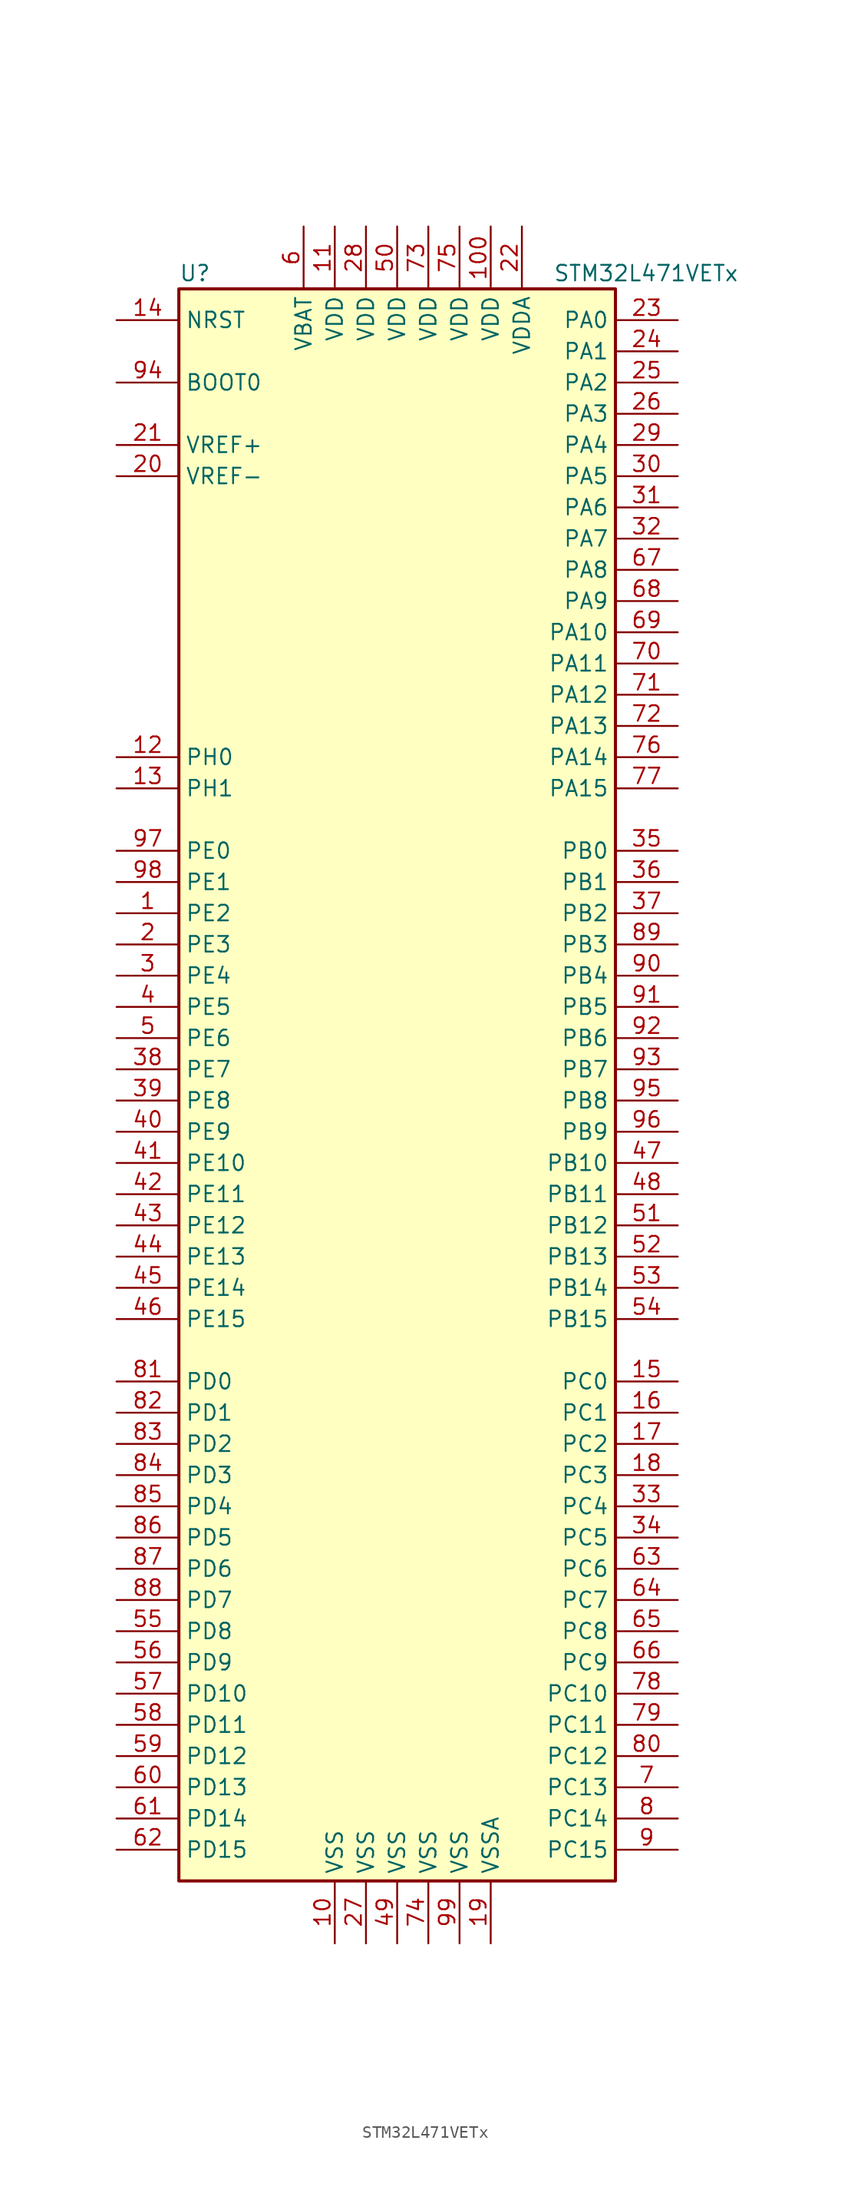
<source format=kicad_sym>
(kicad_symbol_lib
  (version 20220914)
  (generator kicad_symbol_editor)
  (symbol "STM32L471VETx"
    (property "Reference" "U"
      (at -17.78 64.77 0)
      (effects (font (size 1.27 1.27)) (justify left)))
    (property "Value" "STM32L471VETx"
      (at 12.7 64.77 0)
      (effects (font (size 1.27 1.27)) (justify left)))
    (symbol "STM32L471VETx_0_1"
      (rectangle (start -17.78 -66.04) (end 17.78 63.5) (stroke (width 0.254) (type default)) (fill (type background))))
    (symbol "STM32L471VETx_1_1"
      (pin bidirectional line (at -22.86 12.7 0) (length 5.08) (name "PE2" (effects (font (size 1.27 1.27)))) (number "1" (effects (font (size 1.27 1.27)))))
      (pin power_in line (at -5.08 -71.12 90) (length 5.08) (name "VSS" (effects (font (size 1.27 1.27)))) (number "10" (effects (font (size 1.27 1.27)))))
      (pin power_in line (at 7.62 68.58 270) (length 5.08) (name "VDD" (effects (font (size 1.27 1.27)))) (number "100" (effects (font (size 1.27 1.27)))))
      (pin power_in line (at -5.08 68.58 270) (length 5.08) (name "VDD" (effects (font (size 1.27 1.27)))) (number "11" (effects (font (size 1.27 1.27)))))
      (pin input line (at -22.86 25.4 0) (length 5.08) (name "PH0" (effects (font (size 1.27 1.27)))) (number "12" (effects (font (size 1.27 1.27)))))
      (pin input line (at -22.86 22.86 0) (length 5.08) (name "PH1" (effects (font (size 1.27 1.27)))) (number "13" (effects (font (size 1.27 1.27)))))
      (pin input line (at -22.86 60.96 0) (length 5.08) (name "NRST" (effects (font (size 1.27 1.27)))) (number "14" (effects (font (size 1.27 1.27)))))
      (pin bidirectional line (at 22.86 -25.4 180) (length 5.08) (name "PC0" (effects (font (size 1.27 1.27)))) (number "15" (effects (font (size 1.27 1.27)))))
      (pin bidirectional line (at 22.86 -27.94 180) (length 5.08) (name "PC1" (effects (font (size 1.27 1.27)))) (number "16" (effects (font (size 1.27 1.27)))))
      (pin bidirectional line (at 22.86 -30.48 180) (length 5.08) (name "PC2" (effects (font (size 1.27 1.27)))) (number "17" (effects (font (size 1.27 1.27)))))
      (pin bidirectional line (at 22.86 -33.02 180) (length 5.08) (name "PC3" (effects (font (size 1.27 1.27)))) (number "18" (effects (font (size 1.27 1.27)))))
      (pin power_in line (at 7.62 -71.12 90) (length 5.08) (name "VSSA" (effects (font (size 1.27 1.27)))) (number "19" (effects (font (size 1.27 1.27)))))
      (pin bidirectional line (at -22.86 10.16 0) (length 5.08) (name "PE3" (effects (font (size 1.27 1.27)))) (number "2" (effects (font (size 1.27 1.27)))))
      (pin power_in line (at -22.86 48.26 0) (length 5.08) (name "VREF-" (effects (font (size 1.27 1.27)))) (number "20" (effects (font (size 1.27 1.27)))))
      (pin bidirectional line (at -22.86 50.8 0) (length 5.08) (name "VREF+" (effects (font (size 1.27 1.27)))) (number "21" (effects (font (size 1.27 1.27)))))
      (pin power_in line (at 10.16 68.58 270) (length 5.08) (name "VDDA" (effects (font (size 1.27 1.27)))) (number "22" (effects (font (size 1.27 1.27)))))
      (pin bidirectional line (at 22.86 60.96 180) (length 5.08) (name "PA0" (effects (font (size 1.27 1.27)))) (number "23" (effects (font (size 1.27 1.27)))))
      (pin bidirectional line (at 22.86 58.42 180) (length 5.08) (name "PA1" (effects (font (size 1.27 1.27)))) (number "24" (effects (font (size 1.27 1.27)))))
      (pin bidirectional line (at 22.86 55.88 180) (length 5.08) (name "PA2" (effects (font (size 1.27 1.27)))) (number "25" (effects (font (size 1.27 1.27)))))
      (pin bidirectional line (at 22.86 53.34 180) (length 5.08) (name "PA3" (effects (font (size 1.27 1.27)))) (number "26" (effects (font (size 1.27 1.27)))))
      (pin power_in line (at -2.54 -71.12 90) (length 5.08) (name "VSS" (effects (font (size 1.27 1.27)))) (number "27" (effects (font (size 1.27 1.27)))))
      (pin power_in line (at -2.54 68.58 270) (length 5.08) (name "VDD" (effects (font (size 1.27 1.27)))) (number "28" (effects (font (size 1.27 1.27)))))
      (pin bidirectional line (at 22.86 50.8 180) (length 5.08) (name "PA4" (effects (font (size 1.27 1.27)))) (number "29" (effects (font (size 1.27 1.27)))))
      (pin bidirectional line (at -22.86 7.62 0) (length 5.08) (name "PE4" (effects (font (size 1.27 1.27)))) (number "3" (effects (font (size 1.27 1.27)))))
      (pin bidirectional line (at 22.86 48.26 180) (length 5.08) (name "PA5" (effects (font (size 1.27 1.27)))) (number "30" (effects (font (size 1.27 1.27)))))
      (pin bidirectional line (at 22.86 45.72 180) (length 5.08) (name "PA6" (effects (font (size 1.27 1.27)))) (number "31" (effects (font (size 1.27 1.27)))))
      (pin bidirectional line (at 22.86 43.18 180) (length 5.08) (name "PA7" (effects (font (size 1.27 1.27)))) (number "32" (effects (font (size 1.27 1.27)))))
      (pin bidirectional line (at 22.86 -35.56 180) (length 5.08) (name "PC4" (effects (font (size 1.27 1.27)))) (number "33" (effects (font (size 1.27 1.27)))))
      (pin bidirectional line (at 22.86 -38.1 180) (length 5.08) (name "PC5" (effects (font (size 1.27 1.27)))) (number "34" (effects (font (size 1.27 1.27)))))
      (pin bidirectional line (at 22.86 17.78 180) (length 5.08) (name "PB0" (effects (font (size 1.27 1.27)))) (number "35" (effects (font (size 1.27 1.27)))))
      (pin bidirectional line (at 22.86 15.24 180) (length 5.08) (name "PB1" (effects (font (size 1.27 1.27)))) (number "36" (effects (font (size 1.27 1.27)))))
      (pin bidirectional line (at 22.86 12.7 180) (length 5.08) (name "PB2" (effects (font (size 1.27 1.27)))) (number "37" (effects (font (size 1.27 1.27)))))
      (pin bidirectional line (at -22.86 0 0) (length 5.08) (name "PE7" (effects (font (size 1.27 1.27)))) (number "38" (effects (font (size 1.27 1.27)))))
      (pin bidirectional line (at -22.86 -2.54 0) (length 5.08) (name "PE8" (effects (font (size 1.27 1.27)))) (number "39" (effects (font (size 1.27 1.27)))))
      (pin bidirectional line (at -22.86 5.08 0) (length 5.08) (name "PE5" (effects (font (size 1.27 1.27)))) (number "4" (effects (font (size 1.27 1.27)))))
      (pin bidirectional line (at -22.86 -5.08 0) (length 5.08) (name "PE9" (effects (font (size 1.27 1.27)))) (number "40" (effects (font (size 1.27 1.27)))))
      (pin bidirectional line (at -22.86 -7.62 0) (length 5.08) (name "PE10" (effects (font (size 1.27 1.27)))) (number "41" (effects (font (size 1.27 1.27)))))
      (pin bidirectional line (at -22.86 -10.16 0) (length 5.08) (name "PE11" (effects (font (size 1.27 1.27)))) (number "42" (effects (font (size 1.27 1.27)))))
      (pin bidirectional line (at -22.86 -12.7 0) (length 5.08) (name "PE12" (effects (font (size 1.27 1.27)))) (number "43" (effects (font (size 1.27 1.27)))))
      (pin bidirectional line (at -22.86 -15.24 0) (length 5.08) (name "PE13" (effects (font (size 1.27 1.27)))) (number "44" (effects (font (size 1.27 1.27)))))
      (pin bidirectional line (at -22.86 -17.78 0) (length 5.08) (name "PE14" (effects (font (size 1.27 1.27)))) (number "45" (effects (font (size 1.27 1.27)))))
      (pin bidirectional line (at -22.86 -20.32 0) (length 5.08) (name "PE15" (effects (font (size 1.27 1.27)))) (number "46" (effects (font (size 1.27 1.27)))))
      (pin bidirectional line (at 22.86 -7.62 180) (length 5.08) (name "PB10" (effects (font (size 1.27 1.27)))) (number "47" (effects (font (size 1.27 1.27)))))
      (pin bidirectional line (at 22.86 -10.16 180) (length 5.08) (name "PB11" (effects (font (size 1.27 1.27)))) (number "48" (effects (font (size 1.27 1.27)))))
      (pin power_in line (at 0 -71.12 90) (length 5.08) (name "VSS" (effects (font (size 1.27 1.27)))) (number "49" (effects (font (size 1.27 1.27)))))
      (pin bidirectional line (at -22.86 2.54 0) (length 5.08) (name "PE6" (effects (font (size 1.27 1.27)))) (number "5" (effects (font (size 1.27 1.27)))))
      (pin power_in line (at 0 68.58 270) (length 5.08) (name "VDD" (effects (font (size 1.27 1.27)))) (number "50" (effects (font (size 1.27 1.27)))))
      (pin bidirectional line (at 22.86 -12.7 180) (length 5.08) (name "PB12" (effects (font (size 1.27 1.27)))) (number "51" (effects (font (size 1.27 1.27)))))
      (pin bidirectional line (at 22.86 -15.24 180) (length 5.08) (name "PB13" (effects (font (size 1.27 1.27)))) (number "52" (effects (font (size 1.27 1.27)))))
      (pin bidirectional line (at 22.86 -17.78 180) (length 5.08) (name "PB14" (effects (font (size 1.27 1.27)))) (number "53" (effects (font (size 1.27 1.27)))))
      (pin bidirectional line (at 22.86 -20.32 180) (length 5.08) (name "PB15" (effects (font (size 1.27 1.27)))) (number "54" (effects (font (size 1.27 1.27)))))
      (pin bidirectional line (at -22.86 -45.72 0) (length 5.08) (name "PD8" (effects (font (size 1.27 1.27)))) (number "55" (effects (font (size 1.27 1.27)))))
      (pin bidirectional line (at -22.86 -48.26 0) (length 5.08) (name "PD9" (effects (font (size 1.27 1.27)))) (number "56" (effects (font (size 1.27 1.27)))))
      (pin bidirectional line (at -22.86 -50.8 0) (length 5.08) (name "PD10" (effects (font (size 1.27 1.27)))) (number "57" (effects (font (size 1.27 1.27)))))
      (pin bidirectional line (at -22.86 -53.34 0) (length 5.08) (name "PD11" (effects (font (size 1.27 1.27)))) (number "58" (effects (font (size 1.27 1.27)))))
      (pin bidirectional line (at -22.86 -55.88 0) (length 5.08) (name "PD12" (effects (font (size 1.27 1.27)))) (number "59" (effects (font (size 1.27 1.27)))))
      (pin power_in line (at -7.62 68.58 270) (length 5.08) (name "VBAT" (effects (font (size 1.27 1.27)))) (number "6" (effects (font (size 1.27 1.27)))))
      (pin bidirectional line (at -22.86 -58.42 0) (length 5.08) (name "PD13" (effects (font (size 1.27 1.27)))) (number "60" (effects (font (size 1.27 1.27)))))
      (pin bidirectional line (at -22.86 -60.96 0) (length 5.08) (name "PD14" (effects (font (size 1.27 1.27)))) (number "61" (effects (font (size 1.27 1.27)))))
      (pin bidirectional line (at -22.86 -63.5 0) (length 5.08) (name "PD15" (effects (font (size 1.27 1.27)))) (number "62" (effects (font (size 1.27 1.27)))))
      (pin bidirectional line (at 22.86 -40.64 180) (length 5.08) (name "PC6" (effects (font (size 1.27 1.27)))) (number "63" (effects (font (size 1.27 1.27)))))
      (pin bidirectional line (at 22.86 -43.18 180) (length 5.08) (name "PC7" (effects (font (size 1.27 1.27)))) (number "64" (effects (font (size 1.27 1.27)))))
      (pin bidirectional line (at 22.86 -45.72 180) (length 5.08) (name "PC8" (effects (font (size 1.27 1.27)))) (number "65" (effects (font (size 1.27 1.27)))))
      (pin bidirectional line (at 22.86 -48.26 180) (length 5.08) (name "PC9" (effects (font (size 1.27 1.27)))) (number "66" (effects (font (size 1.27 1.27)))))
      (pin bidirectional line (at 22.86 40.64 180) (length 5.08) (name "PA8" (effects (font (size 1.27 1.27)))) (number "67" (effects (font (size 1.27 1.27)))))
      (pin bidirectional line (at 22.86 38.1 180) (length 5.08) (name "PA9" (effects (font (size 1.27 1.27)))) (number "68" (effects (font (size 1.27 1.27)))))
      (pin bidirectional line (at 22.86 35.56 180) (length 5.08) (name "PA10" (effects (font (size 1.27 1.27)))) (number "69" (effects (font (size 1.27 1.27)))))
      (pin bidirectional line (at 22.86 -58.42 180) (length 5.08) (name "PC13" (effects (font (size 1.27 1.27)))) (number "7" (effects (font (size 1.27 1.27)))))
      (pin bidirectional line (at 22.86 33.02 180) (length 5.08) (name "PA11" (effects (font (size 1.27 1.27)))) (number "70" (effects (font (size 1.27 1.27)))))
      (pin bidirectional line (at 22.86 30.48 180) (length 5.08) (name "PA12" (effects (font (size 1.27 1.27)))) (number "71" (effects (font (size 1.27 1.27)))))
      (pin bidirectional line (at 22.86 27.94 180) (length 5.08) (name "PA13" (effects (font (size 1.27 1.27)))) (number "72" (effects (font (size 1.27 1.27)))))
      (pin power_in line (at 2.54 68.58 270) (length 5.08) (name "VDD" (effects (font (size 1.27 1.27)))) (number "73" (effects (font (size 1.27 1.27)))))
      (pin power_in line (at 2.54 -71.12 90) (length 5.08) (name "VSS" (effects (font (size 1.27 1.27)))) (number "74" (effects (font (size 1.27 1.27)))))
      (pin power_in line (at 5.08 68.58 270) (length 5.08) (name "VDD" (effects (font (size 1.27 1.27)))) (number "75" (effects (font (size 1.27 1.27)))))
      (pin bidirectional line (at 22.86 25.4 180) (length 5.08) (name "PA14" (effects (font (size 1.27 1.27)))) (number "76" (effects (font (size 1.27 1.27)))))
      (pin bidirectional line (at 22.86 22.86 180) (length 5.08) (name "PA15" (effects (font (size 1.27 1.27)))) (number "77" (effects (font (size 1.27 1.27)))))
      (pin bidirectional line (at 22.86 -50.8 180) (length 5.08) (name "PC10" (effects (font (size 1.27 1.27)))) (number "78" (effects (font (size 1.27 1.27)))))
      (pin bidirectional line (at 22.86 -53.34 180) (length 5.08) (name "PC11" (effects (font (size 1.27 1.27)))) (number "79" (effects (font (size 1.27 1.27)))))
      (pin bidirectional line (at 22.86 -60.96 180) (length 5.08) (name "PC14" (effects (font (size 1.27 1.27)))) (number "8" (effects (font (size 1.27 1.27)))))
      (pin bidirectional line (at 22.86 -55.88 180) (length 5.08) (name "PC12" (effects (font (size 1.27 1.27)))) (number "80" (effects (font (size 1.27 1.27)))))
      (pin bidirectional line (at -22.86 -25.4 0) (length 5.08) (name "PD0" (effects (font (size 1.27 1.27)))) (number "81" (effects (font (size 1.27 1.27)))))
      (pin bidirectional line (at -22.86 -27.94 0) (length 5.08) (name "PD1" (effects (font (size 1.27 1.27)))) (number "82" (effects (font (size 1.27 1.27)))))
      (pin bidirectional line (at -22.86 -30.48 0) (length 5.08) (name "PD2" (effects (font (size 1.27 1.27)))) (number "83" (effects (font (size 1.27 1.27)))))
      (pin bidirectional line (at -22.86 -33.02 0) (length 5.08) (name "PD3" (effects (font (size 1.27 1.27)))) (number "84" (effects (font (size 1.27 1.27)))))
      (pin bidirectional line (at -22.86 -35.56 0) (length 5.08) (name "PD4" (effects (font (size 1.27 1.27)))) (number "85" (effects (font (size 1.27 1.27)))))
      (pin bidirectional line (at -22.86 -38.1 0) (length 5.08) (name "PD5" (effects (font (size 1.27 1.27)))) (number "86" (effects (font (size 1.27 1.27)))))
      (pin bidirectional line (at -22.86 -40.64 0) (length 5.08) (name "PD6" (effects (font (size 1.27 1.27)))) (number "87" (effects (font (size 1.27 1.27)))))
      (pin bidirectional line (at -22.86 -43.18 0) (length 5.08) (name "PD7" (effects (font (size 1.27 1.27)))) (number "88" (effects (font (size 1.27 1.27)))))
      (pin bidirectional line (at 22.86 10.16 180) (length 5.08) (name "PB3" (effects (font (size 1.27 1.27)))) (number "89" (effects (font (size 1.27 1.27)))))
      (pin bidirectional line (at 22.86 -63.5 180) (length 5.08) (name "PC15" (effects (font (size 1.27 1.27)))) (number "9" (effects (font (size 1.27 1.27)))))
      (pin bidirectional line (at 22.86 7.62 180) (length 5.08) (name "PB4" (effects (font (size 1.27 1.27)))) (number "90" (effects (font (size 1.27 1.27)))))
      (pin bidirectional line (at 22.86 5.08 180) (length 5.08) (name "PB5" (effects (font (size 1.27 1.27)))) (number "91" (effects (font (size 1.27 1.27)))))
      (pin bidirectional line (at 22.86 2.54 180) (length 5.08) (name "PB6" (effects (font (size 1.27 1.27)))) (number "92" (effects (font (size 1.27 1.27)))))
      (pin bidirectional line (at 22.86 0 180) (length 5.08) (name "PB7" (effects (font (size 1.27 1.27)))) (number "93" (effects (font (size 1.27 1.27)))))
      (pin input line (at -22.86 55.88 0) (length 5.08) (name "BOOT0" (effects (font (size 1.27 1.27)))) (number "94" (effects (font (size 1.27 1.27)))))
      (pin bidirectional line (at 22.86 -2.54 180) (length 5.08) (name "PB8" (effects (font (size 1.27 1.27)))) (number "95" (effects (font (size 1.27 1.27)))))
      (pin bidirectional line (at 22.86 -5.08 180) (length 5.08) (name "PB9" (effects (font (size 1.27 1.27)))) (number "96" (effects (font (size 1.27 1.27)))))
      (pin bidirectional line (at -22.86 17.78 0) (length 5.08) (name "PE0" (effects (font (size 1.27 1.27)))) (number "97" (effects (font (size 1.27 1.27)))))
      (pin bidirectional line (at -22.86 15.24 0) (length 5.08) (name "PE1" (effects (font (size 1.27 1.27)))) (number "98" (effects (font (size 1.27 1.27)))))
      (pin power_in line (at 5.08 -71.12 90) (length 5.08) (name "VSS" (effects (font (size 1.27 1.27)))) (number "99" (effects (font (size 1.27 1.27))))))))
</source>
